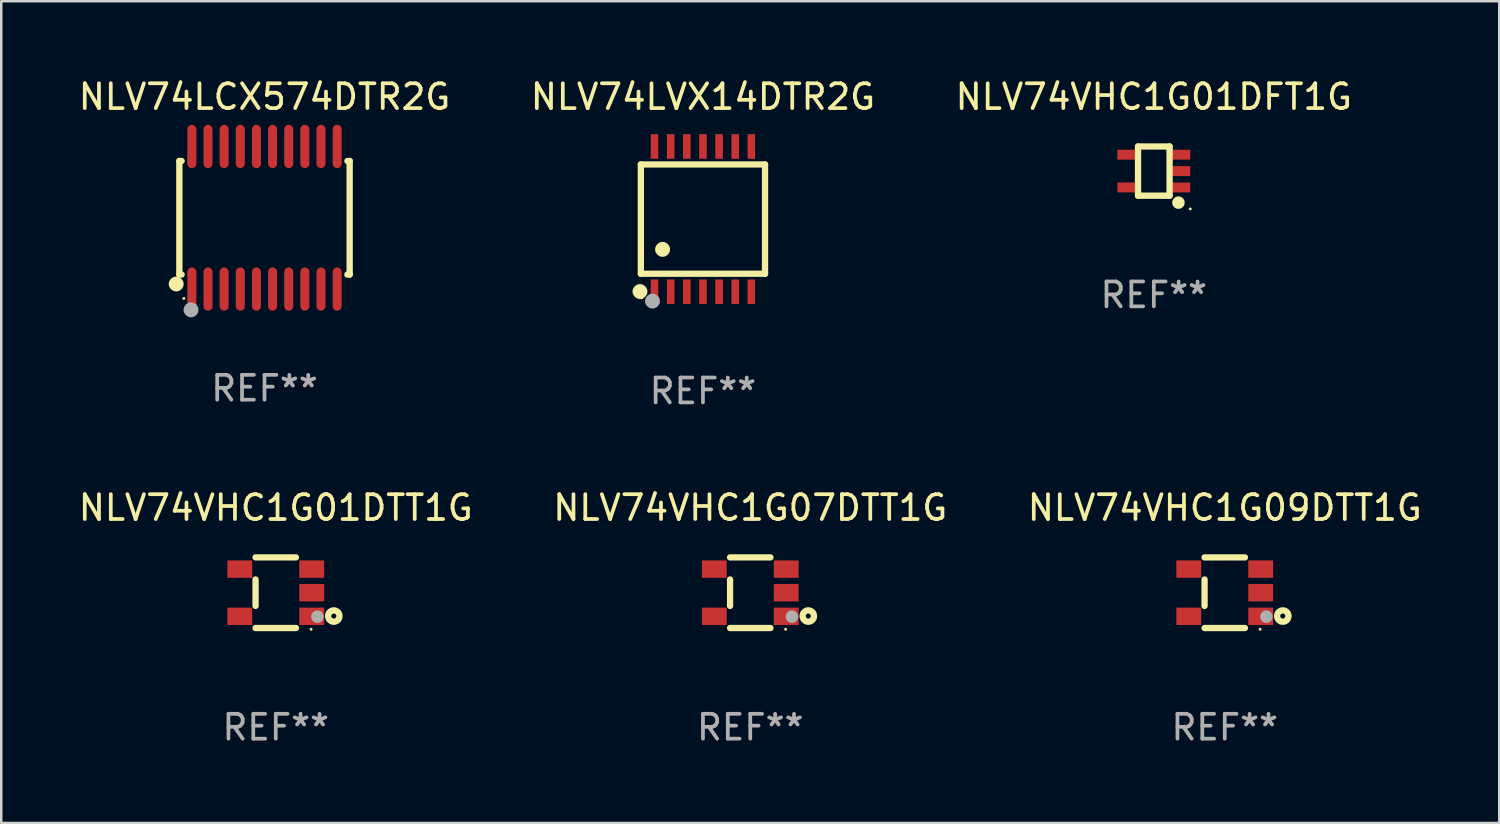
<source format=kicad_pcb>
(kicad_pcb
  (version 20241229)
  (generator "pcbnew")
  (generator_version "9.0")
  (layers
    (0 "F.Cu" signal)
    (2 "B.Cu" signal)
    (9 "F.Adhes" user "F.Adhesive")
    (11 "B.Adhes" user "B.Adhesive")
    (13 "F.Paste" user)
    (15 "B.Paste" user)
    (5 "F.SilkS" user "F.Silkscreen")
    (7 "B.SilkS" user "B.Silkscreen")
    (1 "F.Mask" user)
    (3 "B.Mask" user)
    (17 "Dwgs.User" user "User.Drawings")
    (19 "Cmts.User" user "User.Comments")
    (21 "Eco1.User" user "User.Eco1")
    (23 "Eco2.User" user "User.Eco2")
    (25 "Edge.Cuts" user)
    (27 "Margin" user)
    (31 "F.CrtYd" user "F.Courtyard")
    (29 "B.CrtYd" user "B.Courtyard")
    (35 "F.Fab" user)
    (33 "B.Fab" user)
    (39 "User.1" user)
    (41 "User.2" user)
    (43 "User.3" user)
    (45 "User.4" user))
  (footprint "NLV74VHC1G01DFT1G"
    (layer "F.Cu")
    (at 43.411 3.839)
    (property "Reference" "NLV74VHC1G01DFT1G" (at 0 -2.991 0) (layer "F.SilkS") (effects (font (size 1 1) (thickness 0.15))))
    (attr through_hole)
    (fp_line (start -0.635 -0.991) (end 0.635 -0.991) (stroke (width 0.254) (type solid)) (layer "F.SilkS"))
    (fp_line (start -0.635 0.991) (end -0.635 -0.991) (stroke (width 0.254) (type solid)) (layer "F.SilkS"))
    (fp_line (start 0.635 -0.991) (end 0.635 0.991) (stroke (width 0.254) (type solid)) (layer "F.SilkS"))
    (fp_line (start 0.635 0.991) (end -0.635 0.991) (stroke (width 0.254) (type solid)) (layer "F.SilkS"))
    (fp_circle (center 0.991 1.27) (end 1.118 1.27) (stroke (width 0.254) (type solid)) (fill no) (layer "F.SilkS"))
    (fp_circle (center 1.467 1.524) (end 1.497 1.524) (stroke (width 0.06) (type solid)) (fill no) (layer "F.SilkS"))
    (fp_text user "REF**" (at 0 4.991 0) (layer "F.Fab") (effects (font (size 1 1) (thickness 0.15))))
    (pad "1" smd rect (at 1.067 0.66 180) (size 0.8 0.399) (layers "F.Cu" "F.Mask" "F.Paste"))
    (pad "2" smd rect (at 1.067 0 180) (size 0.8 0.399) (layers "F.Cu" "F.Mask" "F.Paste"))
    (pad "3" smd rect (at 1.067 -0.66 180) (size 0.8 0.399) (layers "F.Cu" "F.Mask" "F.Paste"))
    (pad "4" smd rect (at -1.067 -0.66 180) (size 0.8 0.399) (layers "F.Cu" "F.Mask" "F.Paste"))
    (pad "5" smd rect (at -1.066 0.659 180) (size 0.8 0.399) (layers "F.Cu" "F.Mask" "F.Paste")))
  (footprint "NLV74VHC1G01DTT1G"
    (layer "F.Cu")
    (at 8.054 20.817)
    (property "Reference" "NLV74VHC1G01DTT1G" (at 0 -3.422 0) (layer "F.SilkS") (effects (font (size 1 1) (thickness 0.15))))
    (attr through_hole)
    (fp_line (start -0.813 -1.422) (end 0.812 -1.422) (stroke (width 0.254) (type solid)) (layer "F.SilkS"))
    (fp_line (start -0.813 0.533) (end -0.813 -0.533) (stroke (width 0.254) (type solid)) (layer "F.SilkS"))
    (fp_line (start 0.812 1.422) (end -0.813 1.422) (stroke (width 0.254) (type solid)) (layer "F.SilkS"))
    (fp_circle (center 1.423 1.473) (end 1.453 1.473) (stroke (width 0.06) (type solid)) (fill no) (layer "F.SilkS"))
    (fp_circle (center 2.337 0.94) (end 2.439 0.94) (stroke (width 0.254) (type solid)) (fill no) (layer "F.SilkS"))
    (fp_circle (center 1.677 0.965) (end 1.804 0.965) (stroke (width 0.254) (type solid)) (fill no) (layer "F.Fab"))
    (fp_text user "REF**" (at 0 5.422 0) (layer "F.Fab") (effects (font (size 1 1) (thickness 0.15))))
    (pad "1" smd rect (at 1.448 0.95 90) (size 0.7 1) (layers "F.Cu" "F.Mask" "F.Paste"))
    (pad "2" smd rect (at 1.448 0.000127 90) (size 0.7 1) (layers "F.Cu" "F.Mask" "F.Paste"))
    (pad "3" smd rect (at 1.448 -0.95 90) (size 0.7 1) (layers "F.Cu" "F.Mask" "F.Paste"))
    (pad "4" smd rect (at -1.448 -0.95 90) (size 0.7 1) (layers "F.Cu" "F.Mask" "F.Paste"))
    (pad "5" smd rect (at -1.448 0.95 90) (size 0.7 1) (layers "F.Cu" "F.Mask" "F.Paste")))
  (footprint "NLV74VHC1G09DTT1G"
    (layer "F.Cu")
    (at 46.268 20.817)
    (property "Reference" "NLV74VHC1G09DTT1G" (at 0 -3.422 0) (layer "F.SilkS") (effects (font (size 1 1) (thickness 0.15))))
    (attr through_hole)
    (fp_line (start -0.813 -1.422) (end 0.812 -1.422) (stroke (width 0.254) (type solid)) (layer "F.SilkS"))
    (fp_line (start -0.813 0.533) (end -0.813 -0.533) (stroke (width 0.254) (type solid)) (layer "F.SilkS"))
    (fp_line (start 0.812 1.422) (end -0.813 1.422) (stroke (width 0.254) (type solid)) (layer "F.SilkS"))
    (fp_circle (center 1.423 1.473) (end 1.453 1.473) (stroke (width 0.06) (type solid)) (fill no) (layer "F.SilkS"))
    (fp_circle (center 2.337 0.94) (end 2.439 0.94) (stroke (width 0.254) (type solid)) (fill no) (layer "F.SilkS"))
    (fp_circle (center 1.677 0.965) (end 1.804 0.965) (stroke (width 0.254) (type solid)) (fill no) (layer "F.Fab"))
    (fp_text user "REF**" (at 0 5.422 0) (layer "F.Fab") (effects (font (size 1 1) (thickness 0.15))))
    (pad "1" smd rect (at 1.448 0.95 90) (size 0.7 1) (layers "F.Cu" "F.Mask" "F.Paste"))
    (pad "2" smd rect (at 1.448 0.000127 90) (size 0.7 1) (layers "F.Cu" "F.Mask" "F.Paste"))
    (pad "3" smd rect (at 1.448 -0.95 90) (size 0.7 1) (layers "F.Cu" "F.Mask" "F.Paste"))
    (pad "4" smd rect (at -1.448 -0.95 90) (size 0.7 1) (layers "F.Cu" "F.Mask" "F.Paste"))
    (pad "5" smd rect (at -1.448 0.95 90) (size 0.7 1) (layers "F.Cu" "F.Mask" "F.Paste")))
  (footprint "NLV74VHC1G07DTT1G"
    (layer "F.Cu")
    (at 27.161 20.817)
    (property "Reference" "NLV74VHC1G07DTT1G" (at 0 -3.422 0) (layer "F.SilkS") (effects (font (size 1 1) (thickness 0.15))))
    (attr through_hole)
    (fp_line (start -0.813 -1.422) (end 0.812 -1.422) (stroke (width 0.254) (type solid)) (layer "F.SilkS"))
    (fp_line (start -0.813 0.533) (end -0.813 -0.533) (stroke (width 0.254) (type solid)) (layer "F.SilkS"))
    (fp_line (start 0.812 1.422) (end -0.813 1.422) (stroke (width 0.254) (type solid)) (layer "F.SilkS"))
    (fp_circle (center 1.423 1.473) (end 1.453 1.473) (stroke (width 0.06) (type solid)) (fill no) (layer "F.SilkS"))
    (fp_circle (center 2.337 0.94) (end 2.439 0.94) (stroke (width 0.254) (type solid)) (fill no) (layer "F.SilkS"))
    (fp_circle (center 1.677 0.965) (end 1.804 0.965) (stroke (width 0.254) (type solid)) (fill no) (layer "F.Fab"))
    (fp_text user "REF**" (at 0 5.422 0) (layer "F.Fab") (effects (font (size 1 1) (thickness 0.15))))
    (pad "1" smd rect (at 1.448 0.95 90) (size 0.7 1) (layers "F.Cu" "F.Mask" "F.Paste"))
    (pad "2" smd rect (at 1.448 0.000127 90) (size 0.7 1) (layers "F.Cu" "F.Mask" "F.Paste"))
    (pad "3" smd rect (at 1.448 -0.95 90) (size 0.7 1) (layers "F.Cu" "F.Mask" "F.Paste"))
    (pad "4" smd rect (at -1.448 -0.95 90) (size 0.7 1) (layers "F.Cu" "F.Mask" "F.Paste"))
    (pad "5" smd rect (at -1.448 0.95 90) (size 0.7 1) (layers "F.Cu" "F.Mask" "F.Paste")))
  (footprint "NLV74LCX574DTR2G"
    (layer "F.Cu")
    (at 7.601 5.719)
    (property "Reference" "NLV74LCX574DTR2G" (at 0 -4.871 0) (layer "F.SilkS") (effects (font (size 1 1) (thickness 0.15))))
    (attr through_hole)
    (fp_line (start -3.429 -2.286) (end -3.429 2.286) (stroke (width 0.254) (type solid)) (layer "F.SilkS"))
    (fp_line (start -3.429 2.286) (end -3.338 2.286) (stroke (width 0.254) (type solid)) (layer "F.SilkS"))
    (fp_line (start -3.338 -2.286) (end -3.429 -2.286) (stroke (width 0.254) (type solid)) (layer "F.SilkS"))
    (fp_line (start 3.338 -2.286) (end 3.429 -2.286) (stroke (width 0.254) (type solid)) (layer "F.SilkS"))
    (fp_line (start 3.429 -2.286) (end 3.429 2.286) (stroke (width 0.254) (type solid)) (layer "F.SilkS"))
    (fp_line (start 3.429 2.286) (end 3.338 2.286) (stroke (width 0.254) (type solid)) (layer "F.SilkS"))
    (fp_circle (center -3.556 2.667) (end -3.406 2.667) (stroke (width 0.3) (type solid)) (fill no) (layer "F.SilkS"))
    (fp_circle (center -3.25 3.25) (end -3.22 3.25) (stroke (width 0.06) (type solid)) (fill no) (layer "F.SilkS"))
    (fp_circle (center -2.959 3.707) (end -2.808 3.707) (stroke (width 0.3) (type solid)) (fill no) (layer "F.Fab"))
    (fp_text user "REF**" (at 0 6.871 0) (layer "F.Fab") (effects (font (size 1 1) (thickness 0.15))))
    (pad "1" smd oval (at -2.925 2.871) (size 0.364 1.742) (layers "F.Cu" "F.Mask" "F.Paste"))
    (pad "2" smd oval (at -2.275 2.871) (size 0.364 1.742) (layers "F.Cu" "F.Mask" "F.Paste"))
    (pad "3" smd oval (at -1.625 2.871) (size 0.364 1.742) (layers "F.Cu" "F.Mask" "F.Paste"))
    (pad "4" smd oval (at -0.975 2.871) (size 0.364 1.742) (layers "F.Cu" "F.Mask" "F.Paste"))
    (pad "5" smd oval (at -0.325 2.871) (size 0.364 1.742) (layers "F.Cu" "F.Mask" "F.Paste"))
    (pad "6" smd oval (at 0.325 2.871) (size 0.364 1.742) (layers "F.Cu" "F.Mask" "F.Paste"))
    (pad "7" smd oval (at 0.975 2.871) (size 0.364 1.742) (layers "F.Cu" "F.Mask" "F.Paste"))
    (pad "8" smd oval (at 1.625 2.871) (size 0.364 1.742) (layers "F.Cu" "F.Mask" "F.Paste"))
    (pad "9" smd oval (at 2.275 2.871) (size 0.364 1.742) (layers "F.Cu" "F.Mask" "F.Paste"))
    (pad "10" smd oval (at 2.925 2.871) (size 0.364 1.742) (layers "F.Cu" "F.Mask" "F.Paste"))
    (pad "11" smd oval (at 2.925 -2.871) (size 0.364 1.742) (layers "F.Cu" "F.Mask" "F.Paste"))
    (pad "12" smd oval (at 2.275 -2.871) (size 0.364 1.742) (layers "F.Cu" "F.Mask" "F.Paste"))
    (pad "13" smd oval (at 1.625 -2.871) (size 0.364 1.742) (layers "F.Cu" "F.Mask" "F.Paste"))
    (pad "14" smd oval (at 0.975 -2.871) (size 0.364 1.742) (layers "F.Cu" "F.Mask" "F.Paste"))
    (pad "15" smd oval (at 0.325 -2.871) (size 0.364 1.742) (layers "F.Cu" "F.Mask" "F.Paste"))
    (pad "16" smd oval (at -0.325 -2.871) (size 0.364 1.742) (layers "F.Cu" "F.Mask" "F.Paste"))
    (pad "17" smd oval (at -0.975 -2.871) (size 0.364 1.742) (layers "F.Cu" "F.Mask" "F.Paste"))
    (pad "18" smd oval (at -1.625 -2.871) (size 0.364 1.742) (layers "F.Cu" "F.Mask" "F.Paste"))
    (pad "19" smd oval (at -2.275 -2.871) (size 0.364 1.742) (layers "F.Cu" "F.Mask" "F.Paste"))
    (pad "20" smd oval (at -2.925 -2.871) (size 0.364 1.742) (layers "F.Cu" "F.Mask" "F.Paste")))
  (footprint "NLV74LVX14DTR2G"
    (layer "F.Cu")
    (at 25.256 5.773)
    (property "Reference" "NLV74LVX14DTR2G" (at 0 -4.925 0) (layer "F.SilkS") (effects (font (size 1 1) (thickness 0.15))))
    (attr through_hole)
    (fp_line (start -2.5 2.2) (end -2.5 -2.2) (stroke (width 0.254) (type solid)) (layer "F.SilkS"))
    (fp_line (start -2.5 2.2) (end 2.5 2.2) (stroke (width 0.254) (type solid)) (layer "F.SilkS"))
    (fp_line (start 2.5 -2.2) (end -2.5 -2.2) (stroke (width 0.254) (type solid)) (layer "F.SilkS"))
    (fp_line (start 2.5 -2.2) (end 2.5 2.2) (stroke (width 0.254) (type solid)) (layer "F.SilkS"))
    (fp_circle (center -2.536 2.917) (end -2.386 2.917) (stroke (width 0.3) (type solid)) (fill no) (layer "F.SilkS"))
    (fp_circle (center -2.47 3.17) (end -2.44 3.17) (stroke (width 0.06) (type solid)) (fill no) (layer "F.SilkS"))
    (fp_circle (center -1.626 1.219) (end -1.475 1.219) (stroke (width 0.3) (type solid)) (fill no) (layer "F.SilkS"))
    (fp_circle (center -2.032 3.302) (end -1.882 3.302) (stroke (width 0.3) (type solid)) (fill no) (layer "F.Fab"))
    (fp_text user "REF**" (at 0 6.925 0) (layer "F.Fab") (effects (font (size 1 1) (thickness 0.15))))
    (pad "1" smd rect (at -1.95 2.925) (size 0.305 0.991) (layers "F.Cu" "F.Mask" "F.Paste"))
    (pad "2" smd rect (at -1.3 2.925) (size 0.305 0.991) (layers "F.Cu" "F.Mask" "F.Paste"))
    (pad "3" smd rect (at -0.65 2.925) (size 0.305 0.991) (layers "F.Cu" "F.Mask" "F.Paste"))
    (pad "4" smd rect (at 0 2.925) (size 0.305 0.991) (layers "F.Cu" "F.Mask" "F.Paste"))
    (pad "5" smd rect (at 0.65 2.925) (size 0.305 0.991) (layers "F.Cu" "F.Mask" "F.Paste"))
    (pad "6" smd rect (at 1.3 2.925) (size 0.305 0.991) (layers "F.Cu" "F.Mask" "F.Paste"))
    (pad "7" smd rect (at 1.95 2.925) (size 0.305 0.991) (layers "F.Cu" "F.Mask" "F.Paste"))
    (pad "8" smd rect (at 1.95 -2.925) (size 0.305 0.991) (layers "F.Cu" "F.Mask" "F.Paste"))
    (pad "9" smd rect (at 1.3 -2.925) (size 0.305 0.991) (layers "F.Cu" "F.Mask" "F.Paste"))
    (pad "10" smd rect (at 0.65 -2.925) (size 0.305 0.991) (layers "F.Cu" "F.Mask" "F.Paste"))
    (pad "11" smd rect (at 0 -2.925) (size 0.305 0.991) (layers "F.Cu" "F.Mask" "F.Paste"))
    (pad "12" smd rect (at -0.65 -2.925) (size 0.305 0.991) (layers "F.Cu" "F.Mask" "F.Paste"))
    (pad "13" smd rect (at -1.3 -2.925) (size 0.305 0.991) (layers "F.Cu" "F.Mask" "F.Paste"))
    (pad "14" smd rect (at -1.95 -2.925) (size 0.305 0.991) (layers "F.Cu" "F.Mask" "F.Paste")))
  (gr_rect
    (start -3 -3)
    (end 57.321 30.088)
    (stroke (width 0.1) (type default))
    (fill no)
    (layer "Edge.Cuts")))
</source>
